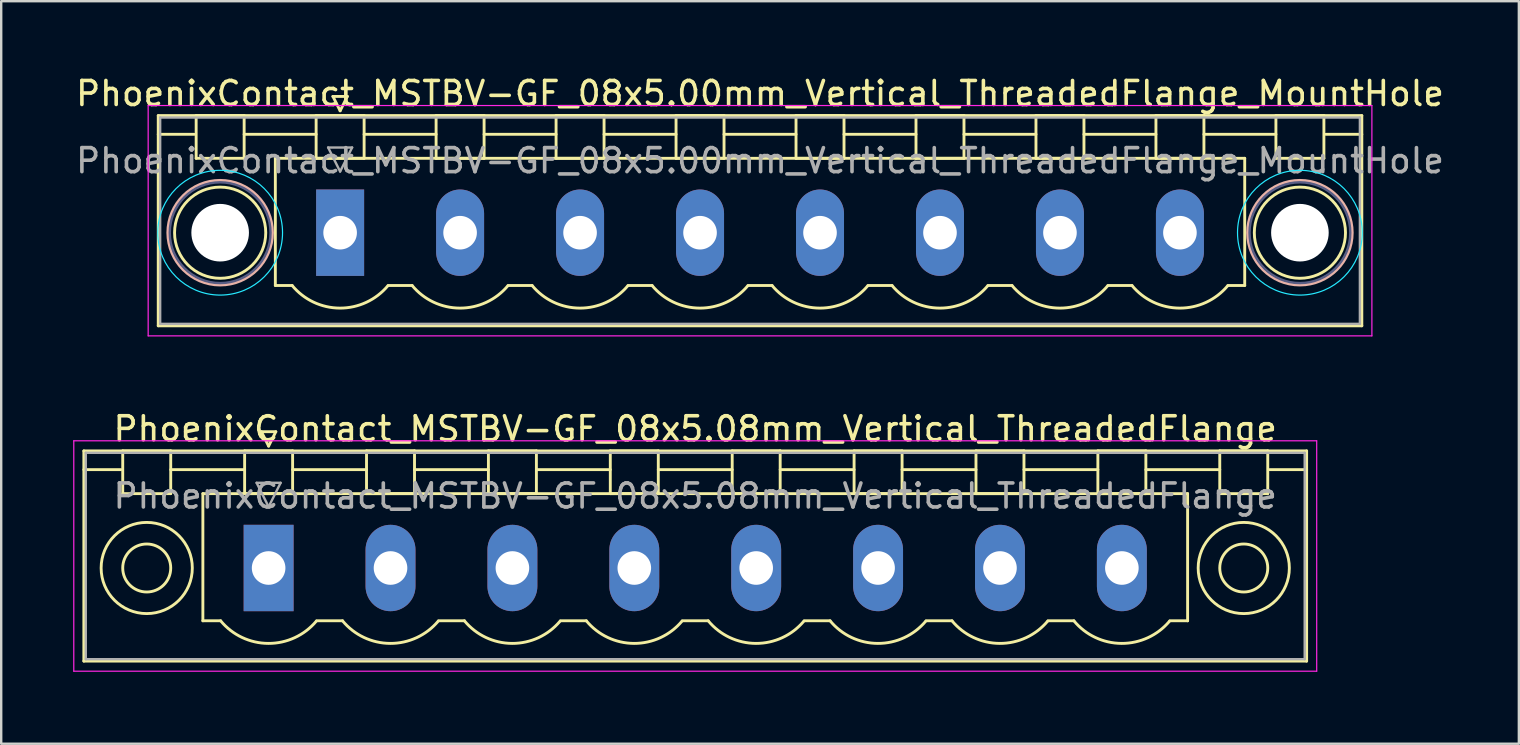
<source format=kicad_pcb>
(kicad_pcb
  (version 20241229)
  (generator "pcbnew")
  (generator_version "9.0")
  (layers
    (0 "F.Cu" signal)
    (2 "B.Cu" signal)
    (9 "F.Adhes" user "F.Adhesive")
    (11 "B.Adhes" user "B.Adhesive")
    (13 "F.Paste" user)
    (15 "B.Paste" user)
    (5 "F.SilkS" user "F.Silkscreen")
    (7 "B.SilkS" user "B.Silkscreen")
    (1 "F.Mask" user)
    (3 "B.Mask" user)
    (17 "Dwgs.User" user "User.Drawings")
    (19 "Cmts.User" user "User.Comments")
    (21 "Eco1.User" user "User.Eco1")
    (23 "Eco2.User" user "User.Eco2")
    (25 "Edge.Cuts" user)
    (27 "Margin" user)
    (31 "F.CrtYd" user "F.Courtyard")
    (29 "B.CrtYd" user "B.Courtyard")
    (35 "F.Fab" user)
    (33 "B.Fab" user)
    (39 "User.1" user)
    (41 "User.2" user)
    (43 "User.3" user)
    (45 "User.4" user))
  (footprint "PhoenixContact_MSTBV-GF_08x5.00mm_Vertical_ThreadedFlange_MountHole"
    (layer "F.Cu")
    (at 11.125 6.648)
    (property "Reference" "PhoenixContact_MSTBV-GF_08x5.00mm_Vertical_ThreadedFlange_MountHole" (at 17.5 -5.8 0) (layer "F.SilkS") (effects (font (size 1 1) (thickness 0.15))))
    (attr through_hole)
    (fp_line (start -7.58 -4.88) (end -7.58 3.88) (stroke (width 0.12) (type solid)) (layer "F.SilkS"))
    (fp_line (start -7.58 -4.1) (end -6.08 -4.1) (stroke (width 0.12) (type solid)) (layer "F.SilkS"))
    (fp_line (start -7.58 3.88) (end 42.58 3.88) (stroke (width 0.12) (type solid)) (layer "F.SilkS"))
    (fp_line (start -6 -4.88) (end -4 -4.88) (stroke (width 0.12) (type solid)) (layer "F.SilkS"))
    (fp_line (start -6 -3.1) (end -6 -4.88) (stroke (width 0.12) (type solid)) (layer "F.SilkS"))
    (fp_line (start -4 -4.88) (end -4 -3.1) (stroke (width 0.12) (type solid)) (layer "F.SilkS"))
    (fp_line (start -4 -4.1) (end -1 -4.1) (stroke (width 0.12) (type solid)) (layer "F.SilkS"))
    (fp_line (start -4 -3.1) (end -6 -3.1) (stroke (width 0.12) (type solid)) (layer "F.SilkS"))
    (fp_line (start -2.7 -3.1) (end 37.7 -3.1) (stroke (width 0.12) (type solid)) (layer "F.SilkS"))
    (fp_line (start -2.7 2.2) (end -2.7 -3.1) (stroke (width 0.12) (type solid)) (layer "F.SilkS"))
    (fp_line (start -2 2.2) (end -2.7 2.2) (stroke (width 0.12) (type solid)) (layer "F.SilkS"))
    (fp_line (start -1 -4.88) (end 1 -4.88) (stroke (width 0.12) (type solid)) (layer "F.SilkS"))
    (fp_line (start -1 -3.1) (end -1 -4.88) (stroke (width 0.12) (type solid)) (layer "F.SilkS"))
    (fp_line (start -0.3 -5.68) (end 0.3 -5.68) (stroke (width 0.12) (type solid)) (layer "F.SilkS"))
    (fp_line (start 0 -5.08) (end -0.3 -5.68) (stroke (width 0.12) (type solid)) (layer "F.SilkS"))
    (fp_line (start 0.3 -5.68) (end 0 -5.08) (stroke (width 0.12) (type solid)) (layer "F.SilkS"))
    (fp_line (start 1 -4.88) (end 1 -3.1) (stroke (width 0.12) (type solid)) (layer "F.SilkS"))
    (fp_line (start 1 -4.1) (end 4 -4.1) (stroke (width 0.12) (type solid)) (layer "F.SilkS"))
    (fp_line (start 1 -3.1) (end -1 -3.1) (stroke (width 0.12) (type solid)) (layer "F.SilkS"))
    (fp_line (start 2 2.2) (end 3 2.2) (stroke (width 0.12) (type solid)) (layer "F.SilkS"))
    (fp_line (start 4 -4.88) (end 6 -4.88) (stroke (width 0.12) (type solid)) (layer "F.SilkS"))
    (fp_line (start 4 -3.1) (end 4 -4.88) (stroke (width 0.12) (type solid)) (layer "F.SilkS"))
    (fp_line (start 6 -4.88) (end 6 -3.1) (stroke (width 0.12) (type solid)) (layer "F.SilkS"))
    (fp_line (start 6 -4.1) (end 9 -4.1) (stroke (width 0.12) (type solid)) (layer "F.SilkS"))
    (fp_line (start 6 -3.1) (end 4 -3.1) (stroke (width 0.12) (type solid)) (layer "F.SilkS"))
    (fp_line (start 7 2.2) (end 8 2.2) (stroke (width 0.12) (type solid)) (layer "F.SilkS"))
    (fp_line (start 9 -4.88) (end 11 -4.88) (stroke (width 0.12) (type solid)) (layer "F.SilkS"))
    (fp_line (start 9 -3.1) (end 9 -4.88) (stroke (width 0.12) (type solid)) (layer "F.SilkS"))
    (fp_line (start 11 -4.88) (end 11 -3.1) (stroke (width 0.12) (type solid)) (layer "F.SilkS"))
    (fp_line (start 11 -4.1) (end 14 -4.1) (stroke (width 0.12) (type solid)) (layer "F.SilkS"))
    (fp_line (start 11 -3.1) (end 9 -3.1) (stroke (width 0.12) (type solid)) (layer "F.SilkS"))
    (fp_line (start 12 2.2) (end 13 2.2) (stroke (width 0.12) (type solid)) (layer "F.SilkS"))
    (fp_line (start 14 -4.88) (end 16 -4.88) (stroke (width 0.12) (type solid)) (layer "F.SilkS"))
    (fp_line (start 14 -3.1) (end 14 -4.88) (stroke (width 0.12) (type solid)) (layer "F.SilkS"))
    (fp_line (start 16 -4.88) (end 16 -3.1) (stroke (width 0.12) (type solid)) (layer "F.SilkS"))
    (fp_line (start 16 -4.1) (end 19 -4.1) (stroke (width 0.12) (type solid)) (layer "F.SilkS"))
    (fp_line (start 16 -3.1) (end 14 -3.1) (stroke (width 0.12) (type solid)) (layer "F.SilkS"))
    (fp_line (start 17 2.2) (end 18 2.2) (stroke (width 0.12) (type solid)) (layer "F.SilkS"))
    (fp_line (start 19 -4.88) (end 21 -4.88) (stroke (width 0.12) (type solid)) (layer "F.SilkS"))
    (fp_line (start 19 -3.1) (end 19 -4.88) (stroke (width 0.12) (type solid)) (layer "F.SilkS"))
    (fp_line (start 21 -4.88) (end 21 -3.1) (stroke (width 0.12) (type solid)) (layer "F.SilkS"))
    (fp_line (start 21 -4.1) (end 24 -4.1) (stroke (width 0.12) (type solid)) (layer "F.SilkS"))
    (fp_line (start 21 -3.1) (end 19 -3.1) (stroke (width 0.12) (type solid)) (layer "F.SilkS"))
    (fp_line (start 22 2.2) (end 23 2.2) (stroke (width 0.12) (type solid)) (layer "F.SilkS"))
    (fp_line (start 24 -4.88) (end 26 -4.88) (stroke (width 0.12) (type solid)) (layer "F.SilkS"))
    (fp_line (start 24 -3.1) (end 24 -4.88) (stroke (width 0.12) (type solid)) (layer "F.SilkS"))
    (fp_line (start 26 -4.88) (end 26 -3.1) (stroke (width 0.12) (type solid)) (layer "F.SilkS"))
    (fp_line (start 26 -4.1) (end 29 -4.1) (stroke (width 0.12) (type solid)) (layer "F.SilkS"))
    (fp_line (start 26 -3.1) (end 24 -3.1) (stroke (width 0.12) (type solid)) (layer "F.SilkS"))
    (fp_line (start 27 2.2) (end 28 2.2) (stroke (width 0.12) (type solid)) (layer "F.SilkS"))
    (fp_line (start 29 -4.88) (end 31 -4.88) (stroke (width 0.12) (type solid)) (layer "F.SilkS"))
    (fp_line (start 29 -3.1) (end 29 -4.88) (stroke (width 0.12) (type solid)) (layer "F.SilkS"))
    (fp_line (start 31 -4.88) (end 31 -3.1) (stroke (width 0.12) (type solid)) (layer "F.SilkS"))
    (fp_line (start 31 -4.1) (end 34 -4.1) (stroke (width 0.12) (type solid)) (layer "F.SilkS"))
    (fp_line (start 31 -3.1) (end 29 -3.1) (stroke (width 0.12) (type solid)) (layer "F.SilkS"))
    (fp_line (start 32 2.2) (end 33 2.2) (stroke (width 0.12) (type solid)) (layer "F.SilkS"))
    (fp_line (start 34 -4.88) (end 36 -4.88) (stroke (width 0.12) (type solid)) (layer "F.SilkS"))
    (fp_line (start 34 -3.1) (end 34 -4.88) (stroke (width 0.12) (type solid)) (layer "F.SilkS"))
    (fp_line (start 36 -4.88) (end 36 -3.1) (stroke (width 0.12) (type solid)) (layer "F.SilkS"))
    (fp_line (start 36 -4.1) (end 39 -4.1) (stroke (width 0.12) (type solid)) (layer "F.SilkS"))
    (fp_line (start 36 -3.1) (end 34 -3.1) (stroke (width 0.12) (type solid)) (layer "F.SilkS"))
    (fp_line (start 37.7 -3.1) (end 37.7 2.2) (stroke (width 0.12) (type solid)) (layer "F.SilkS"))
    (fp_line (start 37.7 2.2) (end 37 2.2) (stroke (width 0.12) (type solid)) (layer "F.SilkS"))
    (fp_line (start 39 -4.88) (end 41 -4.88) (stroke (width 0.12) (type solid)) (layer "F.SilkS"))
    (fp_line (start 39 -3.1) (end 39 -4.88) (stroke (width 0.12) (type solid)) (layer "F.SilkS"))
    (fp_line (start 41 -4.88) (end 41 -3.1) (stroke (width 0.12) (type solid)) (layer "F.SilkS"))
    (fp_line (start 41 -3.1) (end 39 -3.1) (stroke (width 0.12) (type solid)) (layer "F.SilkS"))
    (fp_line (start 42.58 -4.88) (end -7.58 -4.88) (stroke (width 0.12) (type solid)) (layer "F.SilkS"))
    (fp_line (start 42.58 -4.1) (end 41.08 -4.1) (stroke (width 0.12) (type solid)) (layer "F.SilkS"))
    (fp_line (start 42.58 3.88) (end 42.58 -4.88) (stroke (width 0.12) (type solid)) (layer "F.SilkS"))
    (fp_arc (start 1.986842 2.215821) (mid -0.010289 3.142758) (end -2 2.2) (stroke (width 0.12) (type solid)) (layer "F.SilkS"))
    (fp_arc (start 6.986842 2.215821) (mid 4.989711 3.142758) (end 3 2.2) (stroke (width 0.12) (type solid)) (layer "F.SilkS"))
    (fp_arc (start 11.986842 2.215821) (mid 9.989711 3.142758) (end 8 2.2) (stroke (width 0.12) (type solid)) (layer "F.SilkS"))
    (fp_arc (start 16.986842 2.215821) (mid 14.989711 3.142758) (end 13 2.2) (stroke (width 0.12) (type solid)) (layer "F.SilkS"))
    (fp_arc (start 21.986842 2.215821) (mid 19.989711 3.142758) (end 18 2.2) (stroke (width 0.12) (type solid)) (layer "F.SilkS"))
    (fp_arc (start 26.986842 2.215821) (mid 24.989711 3.142758) (end 23 2.2) (stroke (width 0.12) (type solid)) (layer "F.SilkS"))
    (fp_arc (start 31.986842 2.215821) (mid 29.989711 3.142758) (end 28 2.2) (stroke (width 0.12) (type solid)) (layer "F.SilkS"))
    (fp_arc (start 36.986842 2.215821) (mid 34.989711 3.142758) (end 33 2.2) (stroke (width 0.12) (type solid)) (layer "F.SilkS"))
    (fp_circle (center -5 0) (end -3.1 0) (stroke (width 0.12) (type solid)) (fill no) (layer "F.SilkS"))
    (fp_circle (center 40 0) (end 41.9 0) (stroke (width 0.12) (type solid)) (fill no) (layer "F.SilkS"))
    (fp_circle (center -5 0) (end -2.82 0) (stroke (width 0.12) (type solid)) (fill no) (layer "B.SilkS"))
    (fp_circle (center 40 0) (end 42.18 0) (stroke (width 0.12) (type solid)) (fill no) (layer "B.SilkS"))
    (fp_circle (center -5 0) (end -2.4 0) (stroke (width 0.05) (type solid)) (fill no) (layer "B.CrtYd"))
    (fp_circle (center 40 0) (end 42.6 0) (stroke (width 0.05) (type solid)) (fill no) (layer "B.CrtYd"))
    (fp_line (start -8 -5.3) (end -8 4.3) (stroke (width 0.05) (type solid)) (layer "F.CrtYd"))
    (fp_line (start -8 4.3) (end 43 4.3) (stroke (width 0.05) (type solid)) (layer "F.CrtYd"))
    (fp_line (start 43 -5.3) (end -8 -5.3) (stroke (width 0.05) (type solid)) (layer "F.CrtYd"))
    (fp_line (start 43 4.3) (end 43 -5.3) (stroke (width 0.05) (type solid)) (layer "F.CrtYd"))
    (fp_circle (center -5 0) (end -2.9 0) (stroke (width 0.1) (type solid)) (fill no) (layer "B.Fab"))
    (fp_circle (center 40 0) (end 42.1 0) (stroke (width 0.1) (type solid)) (fill no) (layer "B.Fab"))
    (fp_line (start -7.5 -4.8) (end -7.5 3.8) (stroke (width 0.1) (type solid)) (layer "F.Fab"))
    (fp_line (start -7.5 3.8) (end 42.5 3.8) (stroke (width 0.1) (type solid)) (layer "F.Fab"))
    (fp_line (start -0.5 -3.55) (end 0.5 -3.55) (stroke (width 0.1) (type solid)) (layer "F.Fab"))
    (fp_line (start 0 -2.55) (end -0.5 -3.55) (stroke (width 0.1) (type solid)) (layer "F.Fab"))
    (fp_line (start 0.5 -3.55) (end 0 -2.55) (stroke (width 0.1) (type solid)) (layer "F.Fab"))
    (fp_line (start 42.5 -4.8) (end -7.5 -4.8) (stroke (width 0.1) (type solid)) (layer "F.Fab"))
    (fp_line (start 42.5 3.8) (end 42.5 -4.8) (stroke (width 0.1) (type solid)) (layer "F.Fab"))
    (fp_text user "${REFERENCE}" (at 17.5 -3 0) (layer "F.Fab") (effects (font (size 1 1) (thickness 0.15))))
    (pad "" np_thru_hole circle (at -5 0) (size 2.4 2.4) (drill 2.4) (layers "*.Cu" "*.Mask"))
    (pad "" np_thru_hole circle (at 40 0) (size 2.4 2.4) (drill 2.4) (layers "*.Cu" "*.Mask"))
    (pad "1" thru_hole rect (at 0 0) (size 2 3.6) (drill 1.4) (layers "*.Cu" "*.Mask"))
    (pad "2" thru_hole oval (at 5 0) (size 2 3.6) (drill 1.4) (layers "*.Cu" "*.Mask"))
    (pad "3" thru_hole oval (at 10 0) (size 2 3.6) (drill 1.4) (layers "*.Cu" "*.Mask"))
    (pad "4" thru_hole oval (at 15 0) (size 2 3.6) (drill 1.4) (layers "*.Cu" "*.Mask"))
    (pad "5" thru_hole oval (at 20 0) (size 2 3.6) (drill 1.4) (layers "*.Cu" "*.Mask"))
    (pad "6" thru_hole oval (at 25 0) (size 2 3.6) (drill 1.4) (layers "*.Cu" "*.Mask"))
    (pad "7" thru_hole oval (at 30 0) (size 2 3.6) (drill 1.4) (layers "*.Cu" "*.Mask"))
    (pad "8" thru_hole oval (at 35 0) (size 2 3.6) (drill 1.4) (layers "*.Cu" "*.Mask")))
  (footprint "PhoenixContact_MSTBV-GF_08x5.08mm_Vertical_ThreadedFlange"
    (layer "F.Cu")
    (at 8.145 20.622)
    (property "Reference" "PhoenixContact_MSTBV-GF_08x5.08mm_Vertical_ThreadedFlange" (at 17.78 -5.8 0) (layer "F.SilkS") (effects (font (size 1 1) (thickness 0.15))))
    (attr through_hole)
    (fp_line (start -7.7 -4.88) (end -7.7 3.88) (stroke (width 0.12) (type solid)) (layer "F.SilkS"))
    (fp_line (start -7.7 -4.1) (end -6.16 -4.1) (stroke (width 0.12) (type solid)) (layer "F.SilkS"))
    (fp_line (start -7.7 3.88) (end 43.26 3.88) (stroke (width 0.12) (type solid)) (layer "F.SilkS"))
    (fp_line (start -6.08 -4.88) (end -4.08 -4.88) (stroke (width 0.12) (type solid)) (layer "F.SilkS"))
    (fp_line (start -6.08 -3.1) (end -6.08 -4.88) (stroke (width 0.12) (type solid)) (layer "F.SilkS"))
    (fp_line (start -4.08 -4.88) (end -4.08 -3.1) (stroke (width 0.12) (type solid)) (layer "F.SilkS"))
    (fp_line (start -4.08 -4.1) (end -1 -4.1) (stroke (width 0.12) (type solid)) (layer "F.SilkS"))
    (fp_line (start -4.08 -3.1) (end -6.08 -3.1) (stroke (width 0.12) (type solid)) (layer "F.SilkS"))
    (fp_line (start -2.74 -3.1) (end 38.3 -3.1) (stroke (width 0.12) (type solid)) (layer "F.SilkS"))
    (fp_line (start -2.74 2.2) (end -2.74 -3.1) (stroke (width 0.12) (type solid)) (layer "F.SilkS"))
    (fp_line (start -2 2.2) (end -2.74 2.2) (stroke (width 0.12) (type solid)) (layer "F.SilkS"))
    (fp_line (start -1 -4.88) (end 1 -4.88) (stroke (width 0.12) (type solid)) (layer "F.SilkS"))
    (fp_line (start -1 -3.1) (end -1 -4.88) (stroke (width 0.12) (type solid)) (layer "F.SilkS"))
    (fp_line (start -0.3 -5.68) (end 0.3 -5.68) (stroke (width 0.12) (type solid)) (layer "F.SilkS"))
    (fp_line (start 0 -5.08) (end -0.3 -5.68) (stroke (width 0.12) (type solid)) (layer "F.SilkS"))
    (fp_line (start 0.3 -5.68) (end 0 -5.08) (stroke (width 0.12) (type solid)) (layer "F.SilkS"))
    (fp_line (start 1 -4.88) (end 1 -3.1) (stroke (width 0.12) (type solid)) (layer "F.SilkS"))
    (fp_line (start 1 -4.1) (end 4.08 -4.1) (stroke (width 0.12) (type solid)) (layer "F.SilkS"))
    (fp_line (start 1 -3.1) (end -1 -3.1) (stroke (width 0.12) (type solid)) (layer "F.SilkS"))
    (fp_line (start 2 2.2) (end 3.08 2.2) (stroke (width 0.12) (type solid)) (layer "F.SilkS"))
    (fp_line (start 4.08 -4.88) (end 6.08 -4.88) (stroke (width 0.12) (type solid)) (layer "F.SilkS"))
    (fp_line (start 4.08 -3.1) (end 4.08 -4.88) (stroke (width 0.12) (type solid)) (layer "F.SilkS"))
    (fp_line (start 6.08 -4.88) (end 6.08 -3.1) (stroke (width 0.12) (type solid)) (layer "F.SilkS"))
    (fp_line (start 6.08 -4.1) (end 9.16 -4.1) (stroke (width 0.12) (type solid)) (layer "F.SilkS"))
    (fp_line (start 6.08 -3.1) (end 4.08 -3.1) (stroke (width 0.12) (type solid)) (layer "F.SilkS"))
    (fp_line (start 7.08 2.2) (end 8.16 2.2) (stroke (width 0.12) (type solid)) (layer "F.SilkS"))
    (fp_line (start 9.16 -4.88) (end 11.16 -4.88) (stroke (width 0.12) (type solid)) (layer "F.SilkS"))
    (fp_line (start 9.16 -3.1) (end 9.16 -4.88) (stroke (width 0.12) (type solid)) (layer "F.SilkS"))
    (fp_line (start 11.16 -4.88) (end 11.16 -3.1) (stroke (width 0.12) (type solid)) (layer "F.SilkS"))
    (fp_line (start 11.16 -4.1) (end 14.24 -4.1) (stroke (width 0.12) (type solid)) (layer "F.SilkS"))
    (fp_line (start 11.16 -3.1) (end 9.16 -3.1) (stroke (width 0.12) (type solid)) (layer "F.SilkS"))
    (fp_line (start 12.16 2.2) (end 13.24 2.2) (stroke (width 0.12) (type solid)) (layer "F.SilkS"))
    (fp_line (start 14.24 -4.88) (end 16.24 -4.88) (stroke (width 0.12) (type solid)) (layer "F.SilkS"))
    (fp_line (start 14.24 -3.1) (end 14.24 -4.88) (stroke (width 0.12) (type solid)) (layer "F.SilkS"))
    (fp_line (start 16.24 -4.88) (end 16.24 -3.1) (stroke (width 0.12) (type solid)) (layer "F.SilkS"))
    (fp_line (start 16.24 -4.1) (end 19.32 -4.1) (stroke (width 0.12) (type solid)) (layer "F.SilkS"))
    (fp_line (start 16.24 -3.1) (end 14.24 -3.1) (stroke (width 0.12) (type solid)) (layer "F.SilkS"))
    (fp_line (start 17.24 2.2) (end 18.32 2.2) (stroke (width 0.12) (type solid)) (layer "F.SilkS"))
    (fp_line (start 19.32 -4.88) (end 21.32 -4.88) (stroke (width 0.12) (type solid)) (layer "F.SilkS"))
    (fp_line (start 19.32 -3.1) (end 19.32 -4.88) (stroke (width 0.12) (type solid)) (layer "F.SilkS"))
    (fp_line (start 21.32 -4.88) (end 21.32 -3.1) (stroke (width 0.12) (type solid)) (layer "F.SilkS"))
    (fp_line (start 21.32 -4.1) (end 24.4 -4.1) (stroke (width 0.12) (type solid)) (layer "F.SilkS"))
    (fp_line (start 21.32 -3.1) (end 19.32 -3.1) (stroke (width 0.12) (type solid)) (layer "F.SilkS"))
    (fp_line (start 22.32 2.2) (end 23.4 2.2) (stroke (width 0.12) (type solid)) (layer "F.SilkS"))
    (fp_line (start 24.4 -4.88) (end 26.4 -4.88) (stroke (width 0.12) (type solid)) (layer "F.SilkS"))
    (fp_line (start 24.4 -3.1) (end 24.4 -4.88) (stroke (width 0.12) (type solid)) (layer "F.SilkS"))
    (fp_line (start 26.4 -4.88) (end 26.4 -3.1) (stroke (width 0.12) (type solid)) (layer "F.SilkS"))
    (fp_line (start 26.4 -4.1) (end 29.48 -4.1) (stroke (width 0.12) (type solid)) (layer "F.SilkS"))
    (fp_line (start 26.4 -3.1) (end 24.4 -3.1) (stroke (width 0.12) (type solid)) (layer "F.SilkS"))
    (fp_line (start 27.4 2.2) (end 28.48 2.2) (stroke (width 0.12) (type solid)) (layer "F.SilkS"))
    (fp_line (start 29.48 -4.88) (end 31.48 -4.88) (stroke (width 0.12) (type solid)) (layer "F.SilkS"))
    (fp_line (start 29.48 -3.1) (end 29.48 -4.88) (stroke (width 0.12) (type solid)) (layer "F.SilkS"))
    (fp_line (start 31.48 -4.88) (end 31.48 -3.1) (stroke (width 0.12) (type solid)) (layer "F.SilkS"))
    (fp_line (start 31.48 -4.1) (end 34.56 -4.1) (stroke (width 0.12) (type solid)) (layer "F.SilkS"))
    (fp_line (start 31.48 -3.1) (end 29.48 -3.1) (stroke (width 0.12) (type solid)) (layer "F.SilkS"))
    (fp_line (start 32.48 2.2) (end 33.56 2.2) (stroke (width 0.12) (type solid)) (layer "F.SilkS"))
    (fp_line (start 34.56 -4.88) (end 36.56 -4.88) (stroke (width 0.12) (type solid)) (layer "F.SilkS"))
    (fp_line (start 34.56 -3.1) (end 34.56 -4.88) (stroke (width 0.12) (type solid)) (layer "F.SilkS"))
    (fp_line (start 36.56 -4.88) (end 36.56 -3.1) (stroke (width 0.12) (type solid)) (layer "F.SilkS"))
    (fp_line (start 36.56 -4.1) (end 39.64 -4.1) (stroke (width 0.12) (type solid)) (layer "F.SilkS"))
    (fp_line (start 36.56 -3.1) (end 34.56 -3.1) (stroke (width 0.12) (type solid)) (layer "F.SilkS"))
    (fp_line (start 38.3 -3.1) (end 38.3 2.2) (stroke (width 0.12) (type solid)) (layer "F.SilkS"))
    (fp_line (start 38.3 2.2) (end 37.56 2.2) (stroke (width 0.12) (type solid)) (layer "F.SilkS"))
    (fp_line (start 39.64 -4.88) (end 41.64 -4.88) (stroke (width 0.12) (type solid)) (layer "F.SilkS"))
    (fp_line (start 39.64 -3.1) (end 39.64 -4.88) (stroke (width 0.12) (type solid)) (layer "F.SilkS"))
    (fp_line (start 41.64 -4.88) (end 41.64 -3.1) (stroke (width 0.12) (type solid)) (layer "F.SilkS"))
    (fp_line (start 41.64 -3.1) (end 39.64 -3.1) (stroke (width 0.12) (type solid)) (layer "F.SilkS"))
    (fp_line (start 43.26 -4.88) (end -7.7 -4.88) (stroke (width 0.12) (type solid)) (layer "F.SilkS"))
    (fp_line (start 43.26 -4.1) (end 41.72 -4.1) (stroke (width 0.12) (type solid)) (layer "F.SilkS"))
    (fp_line (start 43.26 3.88) (end 43.26 -4.88) (stroke (width 0.12) (type solid)) (layer "F.SilkS"))
    (fp_arc (start 1.986842 2.215821) (mid -0.010289 3.142758) (end -2 2.2) (stroke (width 0.12) (type solid)) (layer "F.SilkS"))
    (fp_arc (start 7.066842 2.215821) (mid 5.069711 3.142758) (end 3.08 2.2) (stroke (width 0.12) (type solid)) (layer "F.SilkS"))
    (fp_arc (start 12.146842 2.215821) (mid 10.149711 3.142758) (end 8.16 2.2) (stroke (width 0.12) (type solid)) (layer "F.SilkS"))
    (fp_arc (start 17.226842 2.215821) (mid 15.229711 3.142758) (end 13.24 2.2) (stroke (width 0.12) (type solid)) (layer "F.SilkS"))
    (fp_arc (start 22.306842 2.215821) (mid 20.309711 3.142758) (end 18.32 2.2) (stroke (width 0.12) (type solid)) (layer "F.SilkS"))
    (fp_arc (start 27.386842 2.215821) (mid 25.389711 3.142758) (end 23.4 2.2) (stroke (width 0.12) (type solid)) (layer "F.SilkS"))
    (fp_arc (start 32.466842 2.215821) (mid 30.469711 3.142758) (end 28.48 2.2) (stroke (width 0.12) (type solid)) (layer "F.SilkS"))
    (fp_arc (start 37.546842 2.215821) (mid 35.549711 3.142758) (end 33.56 2.2) (stroke (width 0.12) (type solid)) (layer "F.SilkS"))
    (fp_circle (center -5.08 0) (end -4.08 0) (stroke (width 0.12) (type solid)) (fill no) (layer "F.SilkS"))
    (fp_circle (center -5.08 0) (end -3.18 0) (stroke (width 0.12) (type solid)) (fill no) (layer "F.SilkS"))
    (fp_circle (center 40.64 0) (end 41.64 0) (stroke (width 0.12) (type solid)) (fill no) (layer "F.SilkS"))
    (fp_circle (center 40.64 0) (end 42.54 0) (stroke (width 0.12) (type solid)) (fill no) (layer "F.SilkS"))
    (fp_line (start -8.12 -5.3) (end -8.12 4.3) (stroke (width 0.05) (type solid)) (layer "F.CrtYd"))
    (fp_line (start -8.12 4.3) (end 43.68 4.3) (stroke (width 0.05) (type solid)) (layer "F.CrtYd"))
    (fp_line (start 43.68 -5.3) (end -8.12 -5.3) (stroke (width 0.05) (type solid)) (layer "F.CrtYd"))
    (fp_line (start 43.68 4.3) (end 43.68 -5.3) (stroke (width 0.05) (type solid)) (layer "F.CrtYd"))
    (fp_line (start -7.62 -4.8) (end -7.62 3.8) (stroke (width 0.1) (type solid)) (layer "F.Fab"))
    (fp_line (start -7.62 3.8) (end 43.18 3.8) (stroke (width 0.1) (type solid)) (layer "F.Fab"))
    (fp_line (start -0.5 -3.55) (end 0.5 -3.55) (stroke (width 0.1) (type solid)) (layer "F.Fab"))
    (fp_line (start 0 -2.55) (end -0.5 -3.55) (stroke (width 0.1) (type solid)) (layer "F.Fab"))
    (fp_line (start 0.5 -3.55) (end 0 -2.55) (stroke (width 0.1) (type solid)) (layer "F.Fab"))
    (fp_line (start 43.18 -4.8) (end -7.62 -4.8) (stroke (width 0.1) (type solid)) (layer "F.Fab"))
    (fp_line (start 43.18 3.8) (end 43.18 -4.8) (stroke (width 0.1) (type solid)) (layer "F.Fab"))
    (fp_text user "${REFERENCE}" (at 17.78 -3 0) (layer "F.Fab") (effects (font (size 1 1) (thickness 0.15))))
    (pad "1" thru_hole rect (at 0 0) (size 2.08 3.6) (drill 1.4) (layers "*.Cu" "*.Mask"))
    (pad "2" thru_hole oval (at 5.08 0) (size 2.08 3.6) (drill 1.4) (layers "*.Cu" "*.Mask"))
    (pad "3" thru_hole oval (at 10.16 0) (size 2.08 3.6) (drill 1.4) (layers "*.Cu" "*.Mask"))
    (pad "4" thru_hole oval (at 15.24 0) (size 2.08 3.6) (drill 1.4) (layers "*.Cu" "*.Mask"))
    (pad "5" thru_hole oval (at 20.32 0) (size 2.08 3.6) (drill 1.4) (layers "*.Cu" "*.Mask"))
    (pad "6" thru_hole oval (at 25.4 0) (size 2.08 3.6) (drill 1.4) (layers "*.Cu" "*.Mask"))
    (pad "7" thru_hole oval (at 30.48 0) (size 2.08 3.6) (drill 1.4) (layers "*.Cu" "*.Mask"))
    (pad "8" thru_hole oval (at 35.56 0) (size 2.08 3.6) (drill 1.4) (layers "*.Cu" "*.Mask")))
  (gr_rect
    (start -3 -3)
    (end 60.25 27.947)
    (stroke (width 0.1) (type default))
    (fill no)
    (layer "Edge.Cuts")))
</source>
